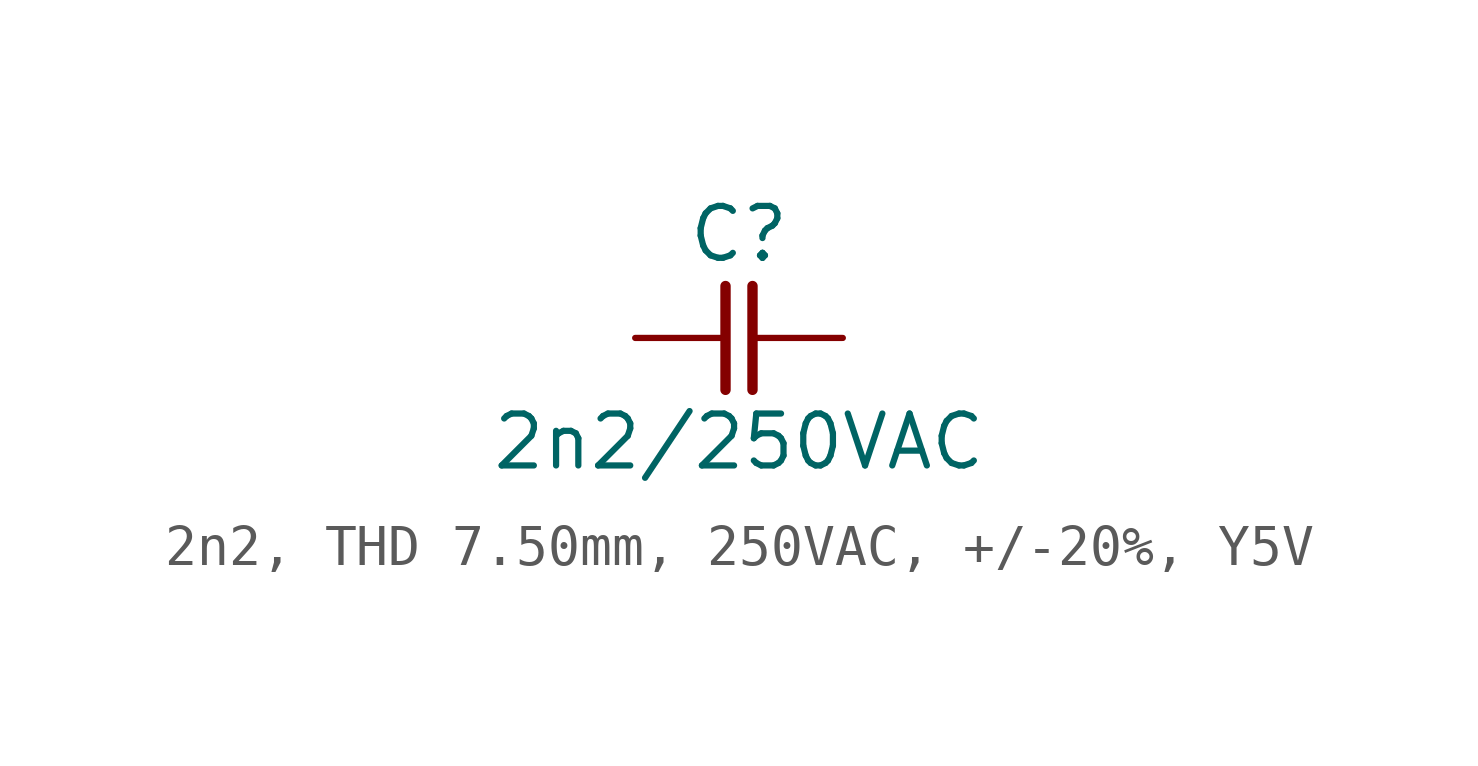
<source format=kicad_sym>
(kicad_symbol_lib
  (version 20241209)
  (generator "kicad_symbol_editor")
  (generator_version "9.0")
  (symbol "2n2, THD 7.50mm, 250VAC, +/-20%, Y5V"
    (pin_numbers
      (hide yes))
    (pin_names
      (offset 0)
      (hide yes))
    (property "Reference" "C"
      (at 0 2.54 0)
      (effects (font (size 1.27 1.27))))
    (property "Value" "2n2/250VAC"
      (at 0 -2.54 0)
      (effects (font (size 1.27 1.27))))
    (symbol "2n2, THD 7.50mm, 250VAC, +/-20%, Y5V_0_1"
      (polyline (pts (xy -0.33 1.27) (xy -0.33 -1.27)) (stroke (width 0.254) (type default)) (fill (type none)))
      (polyline (pts (xy 0.33 1.27) (xy 0.33 -1.27)) (stroke (width 0.254) (type default)) (fill (type none))))
    (symbol "2n2, THD 7.50mm, 250VAC, +/-20%, Y5V_1_1"
      (pin passive line (at -2.54 0 0) (length 2.21) (name "1" (effects (font (size 1.27 1.27)))) (number "1" (effects (font (size 1.27 1.27)))))
      (pin passive line (at 2.54 0 180) (length 2.21) (name "2" (effects (font (size 1.27 1.27)))) (number "2" (effects (font (size 1.27 1.27))))))))
</source>
